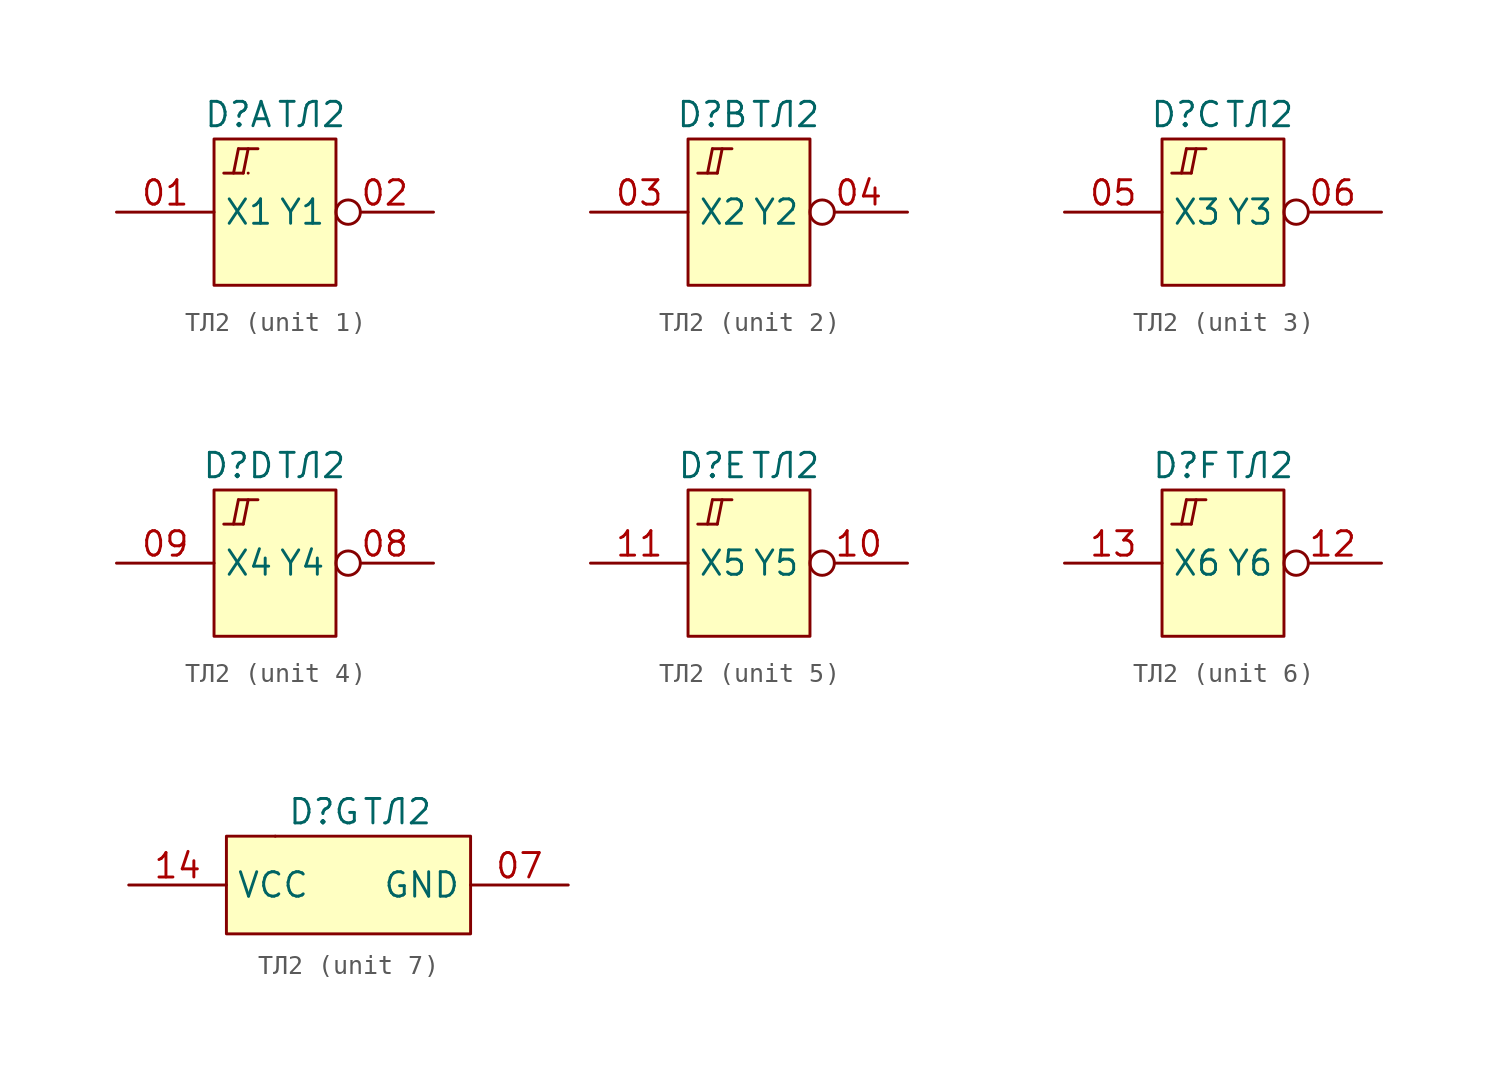
<source format=kicad_sym>
(kicad_symbol_lib
  (version 20231120)
  (generator "kicad_symbol_editor")
  (generator_version "8.0")
  (symbol "ТЛ2"
    (property "Reference" "D"
      (at -1.27 -3.81 0)
      (effects (font (size 1.27 1.27))))
    (property "Value" "ТЛ2"
      (at 2.54 -3.81 0)
      (effects (font (size 1.27 1.27))))
    (property "ki_locked" ""
      (at 0 0 0)
      (effects (font (size 1.27 1.27))))
    (symbol "ТЛ2_1_0"
      (rectangle (start -2.54 -5.08) (end 3.81 -12.7) (stroke (width 0) (type default)) (fill (type background))))
    (symbol "ТЛ2_1_1"
      (polyline (pts (xy -2.032 -6.858) (xy -1.016 -6.858)) (stroke (width 0) (type default)) (fill (type none)))
      (polyline (pts (xy -1.27 -5.588) (xy -1.524 -6.858)) (stroke (width 0) (type default)) (fill (type none)))
      (polyline (pts (xy -1.27 -5.588) (xy -0.254 -5.588)) (stroke (width 0) (type default)) (fill (type none)))
      (polyline (pts (xy -1.016 -6.858) (xy -0.762 -5.588)) (stroke (width 0) (type default)) (fill (type none)))
      (polyline (pts (xy -0.762 -6.858) (xy -0.762 -6.858)) (stroke (width 0) (type default)) (fill (type none)))
      (pin input line (at -7.62 -8.89 0) (length 5.08) (name "X1" (effects (font (size 1.27 1.27)))) (number "01" (effects (font (size 1.27 1.27)))))
      (pin output inverted (at 8.89 -8.89 180) (length 5.08) (name "Y1" (effects (font (size 1.27 1.27)))) (number "02" (effects (font (size 1.27 1.27))))))
    (symbol "ТЛ2_2_0"
      (rectangle (start -2.54 -5.08) (end 3.81 -12.7) (stroke (width 0) (type default)) (fill (type background))))
    (symbol "ТЛ2_2_1"
      (polyline (pts (xy -2.032 -6.858) (xy -1.016 -6.858)) (stroke (width 0) (type default)) (fill (type none)))
      (polyline (pts (xy -1.27 -5.588) (xy -1.524 -6.858)) (stroke (width 0) (type default)) (fill (type none)))
      (polyline (pts (xy -1.27 -5.588) (xy -0.254 -5.588)) (stroke (width 0) (type default)) (fill (type none)))
      (polyline (pts (xy -1.016 -6.858) (xy -0.762 -5.588)) (stroke (width 0) (type default)) (fill (type none)))
      (pin input line (at -7.62 -8.89 0) (length 5.08) (name "X2" (effects (font (size 1.27 1.27)))) (number "03" (effects (font (size 1.27 1.27)))))
      (pin output inverted (at 8.89 -8.89 180) (length 5.08) (name "Y2" (effects (font (size 1.27 1.27)))) (number "04" (effects (font (size 1.27 1.27))))))
    (symbol "ТЛ2_3_0"
      (rectangle (start -2.54 -5.08) (end 3.81 -12.7) (stroke (width 0) (type default)) (fill (type background))))
    (symbol "ТЛ2_3_1"
      (polyline (pts (xy -2.032 -6.858) (xy -1.016 -6.858)) (stroke (width 0) (type default)) (fill (type none)))
      (polyline (pts (xy -1.27 -5.588) (xy -1.524 -6.858)) (stroke (width 0) (type default)) (fill (type none)))
      (polyline (pts (xy -1.27 -5.588) (xy -0.254 -5.588)) (stroke (width 0) (type default)) (fill (type none)))
      (polyline (pts (xy -1.016 -6.858) (xy -0.762 -5.588)) (stroke (width 0) (type default)) (fill (type none)))
      (pin input line (at -7.62 -8.89 0) (length 5.08) (name "X3" (effects (font (size 1.27 1.27)))) (number "05" (effects (font (size 1.27 1.27)))))
      (pin output inverted (at 8.89 -8.89 180) (length 5.08) (name "Y3" (effects (font (size 1.27 1.27)))) (number "06" (effects (font (size 1.27 1.27))))))
    (symbol "ТЛ2_4_0"
      (rectangle (start -2.54 -5.08) (end 3.81 -12.7) (stroke (width 0) (type default)) (fill (type background))))
    (symbol "ТЛ2_4_1"
      (polyline (pts (xy -2.032 -6.858) (xy -1.016 -6.858)) (stroke (width 0) (type default)) (fill (type none)))
      (polyline (pts (xy -1.27 -5.588) (xy -1.524 -6.858)) (stroke (width 0) (type default)) (fill (type none)))
      (polyline (pts (xy -1.27 -5.588) (xy -0.254 -5.588)) (stroke (width 0) (type default)) (fill (type none)))
      (polyline (pts (xy -1.016 -6.858) (xy -0.762 -5.588)) (stroke (width 0) (type default)) (fill (type none)))
      (pin output inverted (at 8.89 -8.89 180) (length 5.08) (name "Y4" (effects (font (size 1.27 1.27)))) (number "08" (effects (font (size 1.27 1.27)))))
      (pin input line (at -7.62 -8.89 0) (length 5.08) (name "X4" (effects (font (size 1.27 1.27)))) (number "09" (effects (font (size 1.27 1.27))))))
    (symbol "ТЛ2_5_0"
      (rectangle (start -2.54 -5.08) (end 3.81 -12.7) (stroke (width 0) (type default)) (fill (type background))))
    (symbol "ТЛ2_5_1"
      (polyline (pts (xy -2.032 -6.858) (xy -1.016 -6.858)) (stroke (width 0) (type default)) (fill (type none)))
      (polyline (pts (xy -1.27 -5.588) (xy -1.524 -6.858)) (stroke (width 0) (type default)) (fill (type none)))
      (polyline (pts (xy -1.27 -5.588) (xy -0.254 -5.588)) (stroke (width 0) (type default)) (fill (type none)))
      (polyline (pts (xy -1.016 -6.858) (xy -0.762 -5.588)) (stroke (width 0) (type default)) (fill (type none)))
      (pin output inverted (at 8.89 -8.89 180) (length 5.08) (name "Y5" (effects (font (size 1.27 1.27)))) (number "10" (effects (font (size 1.27 1.27)))))
      (pin input line (at -7.62 -8.89 0) (length 5.08) (name "X5" (effects (font (size 1.27 1.27)))) (number "11" (effects (font (size 1.27 1.27))))))
    (symbol "ТЛ2_6_0"
      (rectangle (start -2.54 -5.08) (end 3.81 -12.7) (stroke (width 0) (type default)) (fill (type background))))
    (symbol "ТЛ2_6_1"
      (polyline (pts (xy -2.032 -6.858) (xy -1.016 -6.858)) (stroke (width 0) (type default)) (fill (type none)))
      (polyline (pts (xy -1.27 -5.588) (xy -1.524 -6.858)) (stroke (width 0) (type default)) (fill (type none)))
      (polyline (pts (xy -1.27 -5.588) (xy -0.254 -5.588)) (stroke (width 0) (type default)) (fill (type none)))
      (polyline (pts (xy -1.016 -6.858) (xy -0.762 -5.588)) (stroke (width 0) (type default)) (fill (type none)))
      (pin output inverted (at 8.89 -8.89 180) (length 5.08) (name "Y6" (effects (font (size 1.27 1.27)))) (number "12" (effects (font (size 1.27 1.27)))))
      (pin input line (at -7.62 -8.89 0) (length 5.08) (name "X6" (effects (font (size 1.27 1.27)))) (number "13" (effects (font (size 1.27 1.27))))))
    (symbol "ТЛ2_7_1"
      (rectangle (start -6.35 -5.08) (end 6.35 -10.16) (stroke (width 0) (type default)) (fill (type background)))
      (rectangle (start -3.81 -5.08) (end -3.81 -5.08) (stroke (width 0) (type default)) (fill (type none)))
      (pin power_in line (at 11.43 -7.62 180) (length 5.08) (name "GND" (effects (font (size 1.27 1.27)))) (number "07" (effects (font (size 1.27 1.27)))))
      (pin power_in line (at -11.43 -7.62 0) (length 5.08) (name "VCC" (effects (font (size 1.27 1.27)))) (number "14" (effects (font (size 1.27 1.27))))))))
</source>
